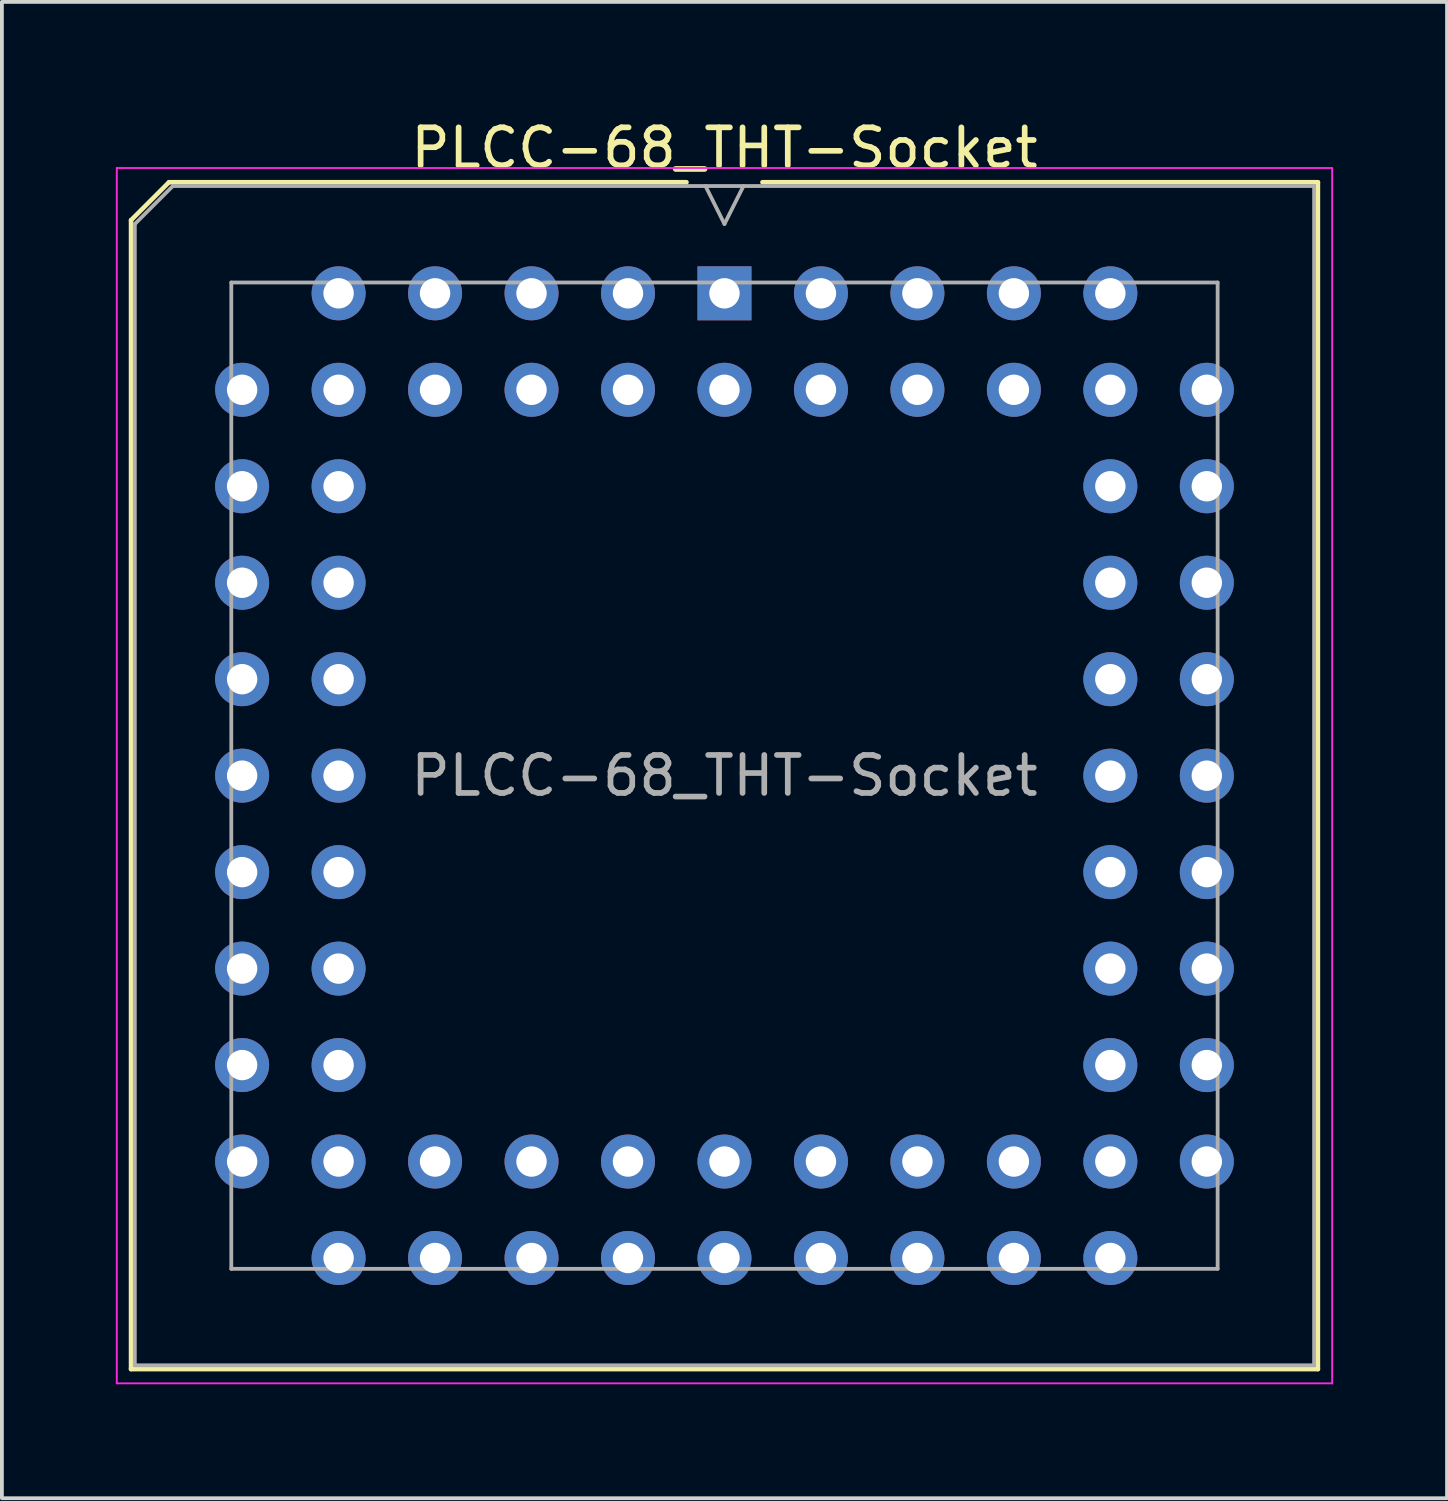
<source format=kicad_pcb>
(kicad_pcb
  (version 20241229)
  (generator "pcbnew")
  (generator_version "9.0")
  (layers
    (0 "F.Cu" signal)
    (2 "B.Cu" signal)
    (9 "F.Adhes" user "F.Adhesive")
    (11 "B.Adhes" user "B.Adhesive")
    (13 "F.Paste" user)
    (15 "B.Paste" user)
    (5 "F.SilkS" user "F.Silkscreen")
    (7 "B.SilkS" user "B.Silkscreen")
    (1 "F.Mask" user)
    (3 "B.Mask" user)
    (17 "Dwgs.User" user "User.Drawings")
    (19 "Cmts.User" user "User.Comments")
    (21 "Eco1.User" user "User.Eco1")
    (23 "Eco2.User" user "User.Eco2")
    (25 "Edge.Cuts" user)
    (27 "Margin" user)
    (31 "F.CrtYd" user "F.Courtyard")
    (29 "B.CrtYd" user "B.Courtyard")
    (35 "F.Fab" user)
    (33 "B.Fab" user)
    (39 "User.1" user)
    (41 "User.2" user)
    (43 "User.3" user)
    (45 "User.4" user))
  (footprint "PLCC-68_THT-Socket"
    (layer "F.Cu")
    (at 16.025 17.323)
    (property "Reference" "PLCC-68_THT-Socket" (at 0 -16.475 0) (layer "F.SilkS") (effects (font (size 1 1) (thickness 0.15))))
    (attr through_hole)
    (fp_line (start -15.625 -14.575) (end -15.625 15.675) (stroke (width 0.12) (type solid)) (layer "F.SilkS"))
    (fp_line (start -15.625 15.675) (end 15.625 15.675) (stroke (width 0.12) (type solid)) (layer "F.SilkS"))
    (fp_line (start -14.625 -15.575) (end -15.625 -14.575) (stroke (width 0.12) (type solid)) (layer "F.SilkS"))
    (fp_line (start -1 -15.575) (end -14.625 -15.575) (stroke (width 0.12) (type solid)) (layer "F.SilkS"))
    (fp_line (start 15.625 -15.575) (end 1 -15.575) (stroke (width 0.12) (type solid)) (layer "F.SilkS"))
    (fp_line (start 15.625 15.675) (end 15.625 -15.575) (stroke (width 0.12) (type solid)) (layer "F.SilkS"))
    (fp_line (start -16 -15.95) (end -16 16.05) (stroke (width 0.05) (type solid)) (layer "F.CrtYd"))
    (fp_line (start -16 16.05) (end 16 16.05) (stroke (width 0.05) (type solid)) (layer "F.CrtYd"))
    (fp_line (start 16 -15.95) (end -16 -15.95) (stroke (width 0.05) (type solid)) (layer "F.CrtYd"))
    (fp_line (start 16 16.05) (end 16 -15.95) (stroke (width 0.05) (type solid)) (layer "F.CrtYd"))
    (fp_line (start -15.525 -14.475) (end -15.525 15.575) (stroke (width 0.1) (type solid)) (layer "F.Fab"))
    (fp_line (start -15.525 15.575) (end 15.525 15.575) (stroke (width 0.1) (type solid)) (layer "F.Fab"))
    (fp_line (start -14.525 -15.475) (end -15.525 -14.475) (stroke (width 0.1) (type solid)) (layer "F.Fab"))
    (fp_line (start -12.985 -12.935) (end -12.985 13.035) (stroke (width 0.1) (type solid)) (layer "F.Fab"))
    (fp_line (start -12.985 13.035) (end 12.985 13.035) (stroke (width 0.1) (type solid)) (layer "F.Fab"))
    (fp_line (start -0.5 -15.475) (end 0 -14.475) (stroke (width 0.1) (type solid)) (layer "F.Fab"))
    (fp_line (start 0 -14.475) (end 0.5 -15.475) (stroke (width 0.1) (type solid)) (layer "F.Fab"))
    (fp_line (start 12.985 -12.935) (end -12.985 -12.935) (stroke (width 0.1) (type solid)) (layer "F.Fab"))
    (fp_line (start 12.985 13.035) (end 12.985 -12.935) (stroke (width 0.1) (type solid)) (layer "F.Fab"))
    (fp_line (start 15.525 -15.475) (end -14.525 -15.475) (stroke (width 0.1) (type solid)) (layer "F.Fab"))
    (fp_line (start 15.525 15.575) (end 15.525 -15.475) (stroke (width 0.1) (type solid)) (layer "F.Fab"))
    (fp_text user "${REFERENCE}" (at 0 0.05 0) (layer "F.Fab") (effects (font (size 1 1) (thickness 0.15))))
    (pad "1" thru_hole rect (at 0 -12.65) (size 1.422 1.422) (drill 0.8) (layers "*.Cu" "*.Mask"))
    (pad "2" thru_hole circle (at 0 -10.11) (size 1.422 1.422) (drill 0.8) (layers "*.Cu" "*.Mask"))
    (pad "3" thru_hole circle (at -2.54 -12.65) (size 1.422 1.422) (drill 0.8) (layers "*.Cu" "*.Mask"))
    (pad "4" thru_hole circle (at -2.54 -10.11) (size 1.422 1.422) (drill 0.8) (layers "*.Cu" "*.Mask"))
    (pad "5" thru_hole circle (at -5.08 -12.65) (size 1.422 1.422) (drill 0.8) (layers "*.Cu" "*.Mask"))
    (pad "6" thru_hole circle (at -5.08 -10.11) (size 1.422 1.422) (drill 0.8) (layers "*.Cu" "*.Mask"))
    (pad "7" thru_hole circle (at -7.62 -12.65) (size 1.422 1.422) (drill 0.8) (layers "*.Cu" "*.Mask"))
    (pad "8" thru_hole circle (at -7.62 -10.11) (size 1.422 1.422) (drill 0.8) (layers "*.Cu" "*.Mask"))
    (pad "9" thru_hole circle (at -10.16 -12.65) (size 1.422 1.422) (drill 0.8) (layers "*.Cu" "*.Mask"))
    (pad "10" thru_hole circle (at -12.7 -10.11) (size 1.422 1.422) (drill 0.8) (layers "*.Cu" "*.Mask"))
    (pad "11" thru_hole circle (at -10.16 -10.11) (size 1.422 1.422) (drill 0.8) (layers "*.Cu" "*.Mask"))
    (pad "12" thru_hole circle (at -12.7 -7.57) (size 1.422 1.422) (drill 0.8) (layers "*.Cu" "*.Mask"))
    (pad "13" thru_hole circle (at -10.16 -7.57) (size 1.422 1.422) (drill 0.8) (layers "*.Cu" "*.Mask"))
    (pad "14" thru_hole circle (at -12.7 -5.03) (size 1.422 1.422) (drill 0.8) (layers "*.Cu" "*.Mask"))
    (pad "15" thru_hole circle (at -10.16 -5.03) (size 1.422 1.422) (drill 0.8) (layers "*.Cu" "*.Mask"))
    (pad "16" thru_hole circle (at -12.7 -2.49) (size 1.422 1.422) (drill 0.8) (layers "*.Cu" "*.Mask"))
    (pad "17" thru_hole circle (at -10.16 -2.49) (size 1.422 1.422) (drill 0.8) (layers "*.Cu" "*.Mask"))
    (pad "18" thru_hole circle (at -12.7 0.05) (size 1.422 1.422) (drill 0.8) (layers "*.Cu" "*.Mask"))
    (pad "19" thru_hole circle (at -10.16 0.05) (size 1.422 1.422) (drill 0.8) (layers "*.Cu" "*.Mask"))
    (pad "20" thru_hole circle (at -12.7 2.59) (size 1.422 1.422) (drill 0.8) (layers "*.Cu" "*.Mask"))
    (pad "21" thru_hole circle (at -10.16 2.59) (size 1.422 1.422) (drill 0.8) (layers "*.Cu" "*.Mask"))
    (pad "22" thru_hole circle (at -12.7 5.13) (size 1.422 1.422) (drill 0.8) (layers "*.Cu" "*.Mask"))
    (pad "23" thru_hole circle (at -10.16 5.13) (size 1.422 1.422) (drill 0.8) (layers "*.Cu" "*.Mask"))
    (pad "24" thru_hole circle (at -12.7 7.67) (size 1.422 1.422) (drill 0.8) (layers "*.Cu" "*.Mask"))
    (pad "25" thru_hole circle (at -10.16 7.67) (size 1.422 1.422) (drill 0.8) (layers "*.Cu" "*.Mask"))
    (pad "26" thru_hole circle (at -12.7 10.21) (size 1.422 1.422) (drill 0.8) (layers "*.Cu" "*.Mask"))
    (pad "27" thru_hole circle (at -10.16 12.75) (size 1.422 1.422) (drill 0.8) (layers "*.Cu" "*.Mask"))
    (pad "28" thru_hole circle (at -10.16 10.21) (size 1.422 1.422) (drill 0.8) (layers "*.Cu" "*.Mask"))
    (pad "29" thru_hole circle (at -7.62 12.75) (size 1.422 1.422) (drill 0.8) (layers "*.Cu" "*.Mask"))
    (pad "30" thru_hole circle (at -7.62 10.21) (size 1.422 1.422) (drill 0.8) (layers "*.Cu" "*.Mask"))
    (pad "31" thru_hole circle (at -5.08 12.75) (size 1.422 1.422) (drill 0.8) (layers "*.Cu" "*.Mask"))
    (pad "32" thru_hole circle (at -5.08 10.21) (size 1.422 1.422) (drill 0.8) (layers "*.Cu" "*.Mask"))
    (pad "33" thru_hole circle (at -2.54 12.75) (size 1.422 1.422) (drill 0.8) (layers "*.Cu" "*.Mask"))
    (pad "34" thru_hole circle (at -2.54 10.21) (size 1.422 1.422) (drill 0.8) (layers "*.Cu" "*.Mask"))
    (pad "35" thru_hole circle (at 0 12.75) (size 1.422 1.422) (drill 0.8) (layers "*.Cu" "*.Mask"))
    (pad "36" thru_hole circle (at 0 10.21) (size 1.422 1.422) (drill 0.8) (layers "*.Cu" "*.Mask"))
    (pad "37" thru_hole circle (at 2.54 12.75) (size 1.422 1.422) (drill 0.8) (layers "*.Cu" "*.Mask"))
    (pad "38" thru_hole circle (at 2.54 10.21) (size 1.422 1.422) (drill 0.8) (layers "*.Cu" "*.Mask"))
    (pad "39" thru_hole circle (at 5.08 12.75) (size 1.422 1.422) (drill 0.8) (layers "*.Cu" "*.Mask"))
    (pad "40" thru_hole circle (at 5.08 10.21) (size 1.422 1.422) (drill 0.8) (layers "*.Cu" "*.Mask"))
    (pad "41" thru_hole circle (at 7.62 12.75) (size 1.422 1.422) (drill 0.8) (layers "*.Cu" "*.Mask"))
    (pad "42" thru_hole circle (at 7.62 10.21) (size 1.422 1.422) (drill 0.8) (layers "*.Cu" "*.Mask"))
    (pad "43" thru_hole circle (at 10.16 12.75) (size 1.422 1.422) (drill 0.8) (layers "*.Cu" "*.Mask"))
    (pad "44" thru_hole circle (at 12.7 10.21) (size 1.422 1.422) (drill 0.8) (layers "*.Cu" "*.Mask"))
    (pad "45" thru_hole circle (at 10.16 10.21) (size 1.422 1.422) (drill 0.8) (layers "*.Cu" "*.Mask"))
    (pad "46" thru_hole circle (at 12.7 7.67) (size 1.422 1.422) (drill 0.8) (layers "*.Cu" "*.Mask"))
    (pad "47" thru_hole circle (at 10.16 7.67) (size 1.422 1.422) (drill 0.8) (layers "*.Cu" "*.Mask"))
    (pad "48" thru_hole circle (at 12.7 5.13) (size 1.422 1.422) (drill 0.8) (layers "*.Cu" "*.Mask"))
    (pad "49" thru_hole circle (at 10.16 5.13) (size 1.422 1.422) (drill 0.8) (layers "*.Cu" "*.Mask"))
    (pad "50" thru_hole circle (at 12.7 2.59) (size 1.422 1.422) (drill 0.8) (layers "*.Cu" "*.Mask"))
    (pad "51" thru_hole circle (at 10.16 2.59) (size 1.422 1.422) (drill 0.8) (layers "*.Cu" "*.Mask"))
    (pad "52" thru_hole circle (at 12.7 0.05) (size 1.422 1.422) (drill 0.8) (layers "*.Cu" "*.Mask"))
    (pad "53" thru_hole circle (at 10.16 0.05) (size 1.422 1.422) (drill 0.8) (layers "*.Cu" "*.Mask"))
    (pad "54" thru_hole circle (at 12.7 -2.49) (size 1.422 1.422) (drill 0.8) (layers "*.Cu" "*.Mask"))
    (pad "55" thru_hole circle (at 10.16 -2.49) (size 1.422 1.422) (drill 0.8) (layers "*.Cu" "*.Mask"))
    (pad "56" thru_hole circle (at 12.7 -5.03) (size 1.422 1.422) (drill 0.8) (layers "*.Cu" "*.Mask"))
    (pad "57" thru_hole circle (at 10.16 -5.03) (size 1.422 1.422) (drill 0.8) (layers "*.Cu" "*.Mask"))
    (pad "58" thru_hole circle (at 12.7 -7.57) (size 1.422 1.422) (drill 0.8) (layers "*.Cu" "*.Mask"))
    (pad "59" thru_hole circle (at 10.16 -7.57) (size 1.422 1.422) (drill 0.8) (layers "*.Cu" "*.Mask"))
    (pad "60" thru_hole circle (at 12.7 -10.11) (size 1.422 1.422) (drill 0.8) (layers "*.Cu" "*.Mask"))
    (pad "61" thru_hole circle (at 10.16 -12.65) (size 1.422 1.422) (drill 0.8) (layers "*.Cu" "*.Mask"))
    (pad "62" thru_hole circle (at 10.16 -10.11) (size 1.422 1.422) (drill 0.8) (layers "*.Cu" "*.Mask"))
    (pad "63" thru_hole circle (at 7.62 -12.65) (size 1.422 1.422) (drill 0.8) (layers "*.Cu" "*.Mask"))
    (pad "64" thru_hole circle (at 7.62 -10.11) (size 1.422 1.422) (drill 0.8) (layers "*.Cu" "*.Mask"))
    (pad "65" thru_hole circle (at 5.08 -12.65) (size 1.422 1.422) (drill 0.8) (layers "*.Cu" "*.Mask"))
    (pad "66" thru_hole circle (at 5.08 -10.11) (size 1.422 1.422) (drill 0.8) (layers "*.Cu" "*.Mask"))
    (pad "67" thru_hole circle (at 2.54 -12.65) (size 1.422 1.422) (drill 0.8) (layers "*.Cu" "*.Mask"))
    (pad "68" thru_hole circle (at 2.54 -10.11) (size 1.422 1.422) (drill 0.8) (layers "*.Cu" "*.Mask")))
  (gr_rect
    (start -3 -3)
    (end 35.05 36.398)
    (stroke (width 0.1) (type default))
    (fill no)
    (layer "Edge.Cuts")))
</source>
